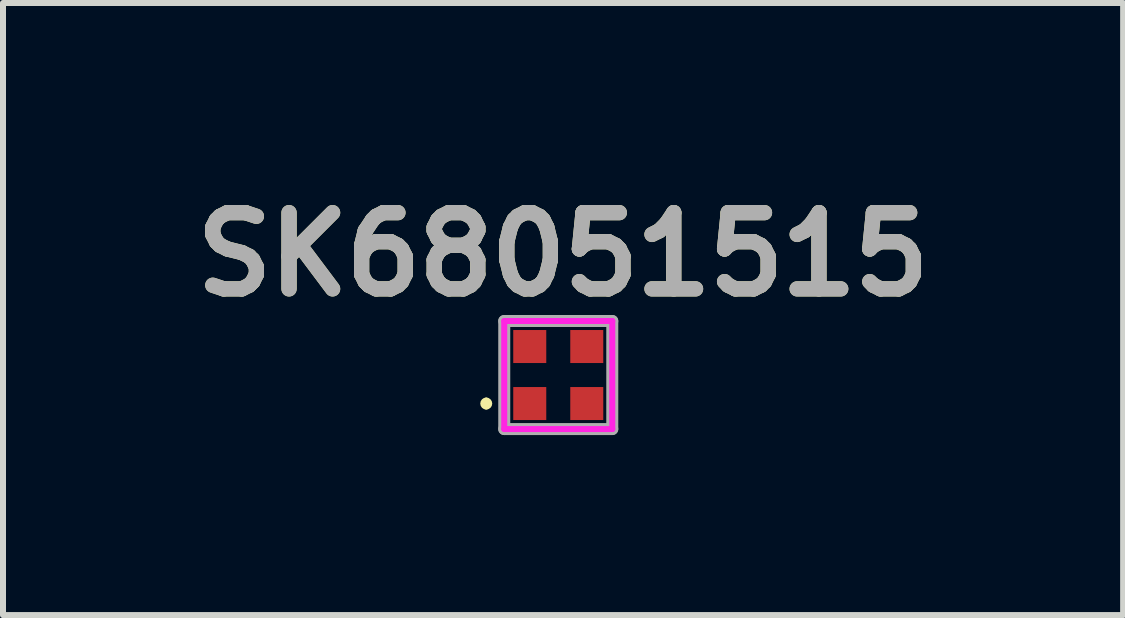
<source format=kicad_pcb>
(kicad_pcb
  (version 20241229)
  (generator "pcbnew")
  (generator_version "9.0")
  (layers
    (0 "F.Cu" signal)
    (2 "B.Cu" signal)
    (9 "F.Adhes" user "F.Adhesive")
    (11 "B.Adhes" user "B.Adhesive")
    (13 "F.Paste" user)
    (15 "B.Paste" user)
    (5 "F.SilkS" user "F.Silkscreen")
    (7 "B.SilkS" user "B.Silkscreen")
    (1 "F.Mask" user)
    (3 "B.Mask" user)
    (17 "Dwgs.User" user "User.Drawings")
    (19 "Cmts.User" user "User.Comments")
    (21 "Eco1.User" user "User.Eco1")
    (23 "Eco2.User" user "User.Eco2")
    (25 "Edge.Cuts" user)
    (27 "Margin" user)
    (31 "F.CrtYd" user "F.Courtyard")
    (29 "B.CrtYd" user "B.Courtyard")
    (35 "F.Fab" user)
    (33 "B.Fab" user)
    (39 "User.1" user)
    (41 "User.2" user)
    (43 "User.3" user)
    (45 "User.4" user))
  (footprint "SK68051515"
    (layer "F.Cu")
    (at 6.252 3.199)
    (property "Reference" "SK68051515" (at 0.08 -2.01 0) (layer "F.SilkS") (effects (font (size 1.27 1.27) (thickness 0.254))))
    (attr smd)
    (fp_line (start 0.9 -0.9) (end -0.9 -0.9) (stroke (width 0.1) (type solid)) (layer "F.SilkS"))
    (fp_line (start 0.9 0.9) (end -0.9 0.9) (stroke (width 0.1) (type solid)) (layer "F.SilkS"))
    (fp_arc (start -1.2 0.425) (mid -1.15 0.475) (end -1.2 0.525) (stroke (width 0.1) (type solid)) (layer "F.SilkS"))
    (fp_arc (start -1.2 0.525) (mid -1.25 0.475) (end -1.2 0.425) (stroke (width 0.1) (type solid)) (layer "F.SilkS"))
    (fp_line (start -0.9 -0.9) (end -0.9 0.9) (stroke (width 0.1) (type solid)) (layer "F.CrtYd"))
    (fp_line (start -0.9 0.9) (end 0.9 0.9) (stroke (width 0.1) (type solid)) (layer "F.CrtYd"))
    (fp_line (start 0.9 -0.9) (end -0.9 -0.9) (stroke (width 0.1) (type solid)) (layer "F.CrtYd"))
    (fp_line (start 0.9 0.9) (end 0.9 -0.9) (stroke (width 0.1) (type solid)) (layer "F.CrtYd"))
    (fp_line (start -0.9 -0.9) (end -0.9 0.9) (stroke (width 0.2) (type solid)) (layer "F.Fab"))
    (fp_line (start -0.9 0.9) (end 0.9 0.9) (stroke (width 0.2) (type solid)) (layer "F.Fab"))
    (fp_line (start 0.9 -0.9) (end -0.9 -0.9) (stroke (width 0.2) (type solid)) (layer "F.Fab"))
    (fp_line (start 0.9 0.9) (end 0.9 -0.9) (stroke (width 0.2) (type solid)) (layer "F.Fab"))
    (fp_text user "${REFERENCE}" (at 0.08 -2.01 0) (layer "F.Fab") (effects (font (size 1.27 1.27) (thickness 0.254))))
    (pad "1" smd rect (at -0.475 0.475 90) (size 0.55 0.55) (layers "F.Cu" "F.Mask" "F.Paste"))
    (pad "2" smd rect (at 0.475 0.475 90) (size 0.55 0.55) (layers "F.Cu" "F.Mask" "F.Paste"))
    (pad "3" smd rect (at 0.475 -0.475 90) (size 0.55 0.55) (layers "F.Cu" "F.Mask" "F.Paste"))
    (pad "4" smd rect (at -0.475 -0.475) (size 0.55 0.55) (layers "F.Cu" "F.Mask" "F.Paste")))
  (gr_rect
    (start -3 -3)
    (end 15.664 7.199)
    (stroke (width 0.1) (type default))
    (fill no)
    (layer "Edge.Cuts")))
</source>
